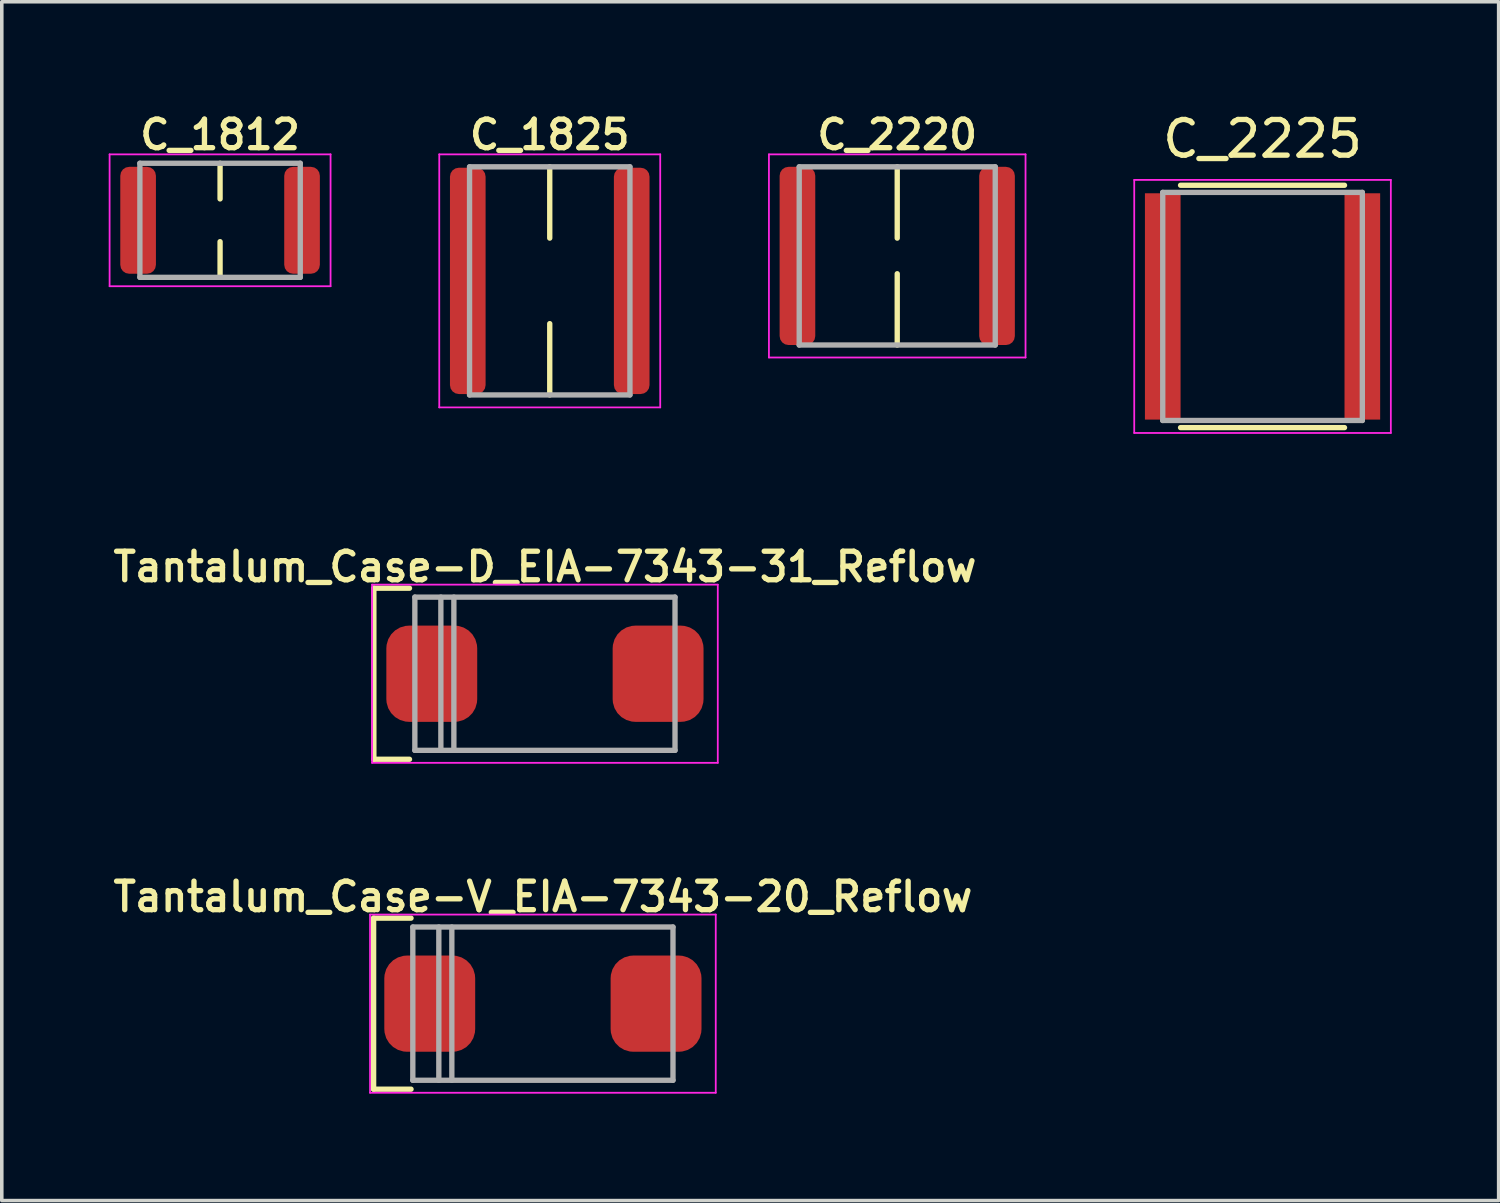
<source format=kicad_pcb>
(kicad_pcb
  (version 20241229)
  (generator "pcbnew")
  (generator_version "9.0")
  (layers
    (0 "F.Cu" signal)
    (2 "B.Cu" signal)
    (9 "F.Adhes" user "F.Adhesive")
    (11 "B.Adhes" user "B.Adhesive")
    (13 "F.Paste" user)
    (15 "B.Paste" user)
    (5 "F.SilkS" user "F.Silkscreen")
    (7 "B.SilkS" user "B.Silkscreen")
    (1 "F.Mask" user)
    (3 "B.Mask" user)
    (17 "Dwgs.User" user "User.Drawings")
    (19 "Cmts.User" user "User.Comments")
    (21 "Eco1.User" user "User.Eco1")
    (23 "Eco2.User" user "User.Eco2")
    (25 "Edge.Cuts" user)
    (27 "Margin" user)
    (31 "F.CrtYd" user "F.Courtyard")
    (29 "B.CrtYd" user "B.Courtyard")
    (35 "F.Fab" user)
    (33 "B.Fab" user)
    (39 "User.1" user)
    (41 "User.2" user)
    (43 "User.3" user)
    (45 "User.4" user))
  (footprint "C_1825"
    (layer "F.Cu")
    (at 12.375 4.831)
    (property "Reference" "C_1825" (at 0 -4.1 0) (layer "F.SilkS") (effects (font (size 0.8 0.8) (thickness 0.15))))
    (attr smd)
    (fp_line (start 0 -3.2) (end 0 -1.2) (stroke (width 0.15) (type default)) (layer "F.SilkS"))
    (fp_line (start 0 3.2) (end 0 1.2) (stroke (width 0.15) (type default)) (layer "F.SilkS"))
    (fp_line (start -3.1 -3.55) (end -3.1 3.55) (stroke (width 0.05) (type solid)) (layer "F.CrtYd"))
    (fp_line (start -3.1 -3.55) (end 3.1 -3.55) (stroke (width 0.05) (type solid)) (layer "F.CrtYd"))
    (fp_line (start -3.1 3.55) (end 3.1 3.55) (stroke (width 0.05) (type solid)) (layer "F.CrtYd"))
    (fp_line (start 3.1 -3.55) (end 3.1 3.55) (stroke (width 0.05) (type solid)) (layer "F.CrtYd"))
    (fp_line (start -2.25 -3.2) (end 2.25 -3.2) (stroke (width 0.15) (type solid)) (layer "F.Fab"))
    (fp_line (start -2.25 3.2) (end -2.25 -3.2) (stroke (width 0.15) (type solid)) (layer "F.Fab"))
    (fp_line (start 2.25 -3.2) (end 2.25 3.2) (stroke (width 0.15) (type solid)) (layer "F.Fab"))
    (fp_line (start 2.25 3.2) (end -2.25 3.2) (stroke (width 0.15) (type solid)) (layer "F.Fab"))
    (pad "1" smd roundrect (at -2.3 0) (size 1 6.35) (layers "F.Cu" "F.Mask" "F.Paste") (roundrect_rratio 0.25))
    (pad "2" smd roundrect (at 2.3 0) (size 1 6.35) (layers "F.Cu" "F.Mask" "F.Paste") (roundrect_rratio 0.25)))
  (footprint "C_1812"
    (layer "F.Cu")
    (at 3.125 3.131)
    (property "Reference" "C_1812" (at 0 -2.4 0) (layer "F.SilkS") (effects (font (size 0.8 0.8) (thickness 0.15))))
    (attr smd)
    (fp_line (start 0 -1.6) (end 0 -0.6) (stroke (width 0.15) (type default)) (layer "F.SilkS"))
    (fp_line (start 0 1.6) (end 0 0.6) (stroke (width 0.15) (type default)) (layer "F.SilkS"))
    (fp_line (start -3.1 -1.85) (end -3.1 1.85) (stroke (width 0.05) (type solid)) (layer "F.CrtYd"))
    (fp_line (start -3.1 -1.85) (end 3.1 -1.85) (stroke (width 0.05) (type solid)) (layer "F.CrtYd"))
    (fp_line (start -3.1 1.85) (end 3.1 1.85) (stroke (width 0.05) (type solid)) (layer "F.CrtYd"))
    (fp_line (start 3.1 -1.85) (end 3.1 1.85) (stroke (width 0.05) (type solid)) (layer "F.CrtYd"))
    (fp_line (start -2.25 -1.6) (end 2.25 -1.6) (stroke (width 0.15) (type solid)) (layer "F.Fab"))
    (fp_line (start -2.25 1.6) (end -2.25 -1.6) (stroke (width 0.15) (type solid)) (layer "F.Fab"))
    (fp_line (start 2.25 -1.6) (end 2.25 1.6) (stroke (width 0.15) (type solid)) (layer "F.Fab"))
    (fp_line (start 2.25 1.6) (end -2.25 1.6) (stroke (width 0.15) (type solid)) (layer "F.Fab"))
    (pad "1" smd roundrect (at -2.3 0) (size 1 3) (layers "F.Cu" "F.Mask" "F.Paste") (roundrect_rratio 0.25))
    (pad "2" smd roundrect (at 2.3 0) (size 1 3) (layers "F.Cu" "F.Mask" "F.Paste") (roundrect_rratio 0.25)))
  (footprint "C_2220"
    (layer "F.Cu")
    (at 22.125 4.131)
    (property "Reference" "C_2220" (at 0 -3.4 0) (layer "F.SilkS") (effects (font (size 0.8 0.8) (thickness 0.15))))
    (attr smd)
    (fp_line (start 0 -2.5) (end 0 -0.5) (stroke (width 0.15) (type default)) (layer "F.SilkS"))
    (fp_line (start 0 2.5) (end 0 0.5) (stroke (width 0.15) (type default)) (layer "F.SilkS"))
    (fp_line (start -3.6 -2.85) (end -3.6 2.85) (stroke (width 0.05) (type solid)) (layer "F.CrtYd"))
    (fp_line (start -3.6 -2.85) (end 3.6 -2.85) (stroke (width 0.05) (type solid)) (layer "F.CrtYd"))
    (fp_line (start -3.6 2.85) (end 3.6 2.85) (stroke (width 0.05) (type solid)) (layer "F.CrtYd"))
    (fp_line (start 3.6 -2.85) (end 3.6 2.85) (stroke (width 0.05) (type solid)) (layer "F.CrtYd"))
    (fp_line (start -2.75 -2.5) (end 2.75 -2.5) (stroke (width 0.15) (type solid)) (layer "F.Fab"))
    (fp_line (start -2.75 2.5) (end -2.75 -2.5) (stroke (width 0.15) (type solid)) (layer "F.Fab"))
    (fp_line (start 2.75 -2.5) (end 2.75 2.5) (stroke (width 0.15) (type solid)) (layer "F.Fab"))
    (fp_line (start 2.75 2.5) (end -2.75 2.5) (stroke (width 0.15) (type solid)) (layer "F.Fab"))
    (pad "1" smd roundrect (at -2.8 0) (size 1 5) (layers "F.Cu" "F.Mask" "F.Paste") (roundrect_rratio 0.25))
    (pad "2" smd roundrect (at 2.8 0) (size 1 5) (layers "F.Cu" "F.Mask" "F.Paste") (roundrect_rratio 0.25)))
  (footprint "Tantalum_Case-D_EIA-7343-31_Reflow"
    (layer "F.Cu")
    (at 12.24 15.854)
    (property "Reference" "Tantalum_Case-D_EIA-7343-31_Reflow" (at 0 -3 0) (layer "F.SilkS") (effects (font (size 0.8 0.8) (thickness 0.15))))
    (attr smd)
    (fp_line (start -4.8 -2.4) (end -4.8 2.4) (stroke (width 0.15) (type solid)) (layer "F.SilkS"))
    (fp_line (start -4.8 -2.4) (end -3.8 -2.4) (stroke (width 0.15) (type default)) (layer "F.SilkS"))
    (fp_line (start -4.8 2.4) (end -3.8 2.4) (stroke (width 0.15) (type default)) (layer "F.SilkS"))
    (fp_line (start -4.85 -2.5) (end -4.85 2.5) (stroke (width 0.05) (type solid)) (layer "F.CrtYd"))
    (fp_line (start -4.85 2.5) (end 4.85 2.5) (stroke (width 0.05) (type solid)) (layer "F.CrtYd"))
    (fp_line (start 4.85 -2.5) (end -4.85 -2.5) (stroke (width 0.05) (type solid)) (layer "F.CrtYd"))
    (fp_line (start 4.85 2.5) (end 4.85 -2.5) (stroke (width 0.05) (type solid)) (layer "F.CrtYd"))
    (fp_line (start -3.65 -2.15) (end -3.65 2.15) (stroke (width 0.15) (type solid)) (layer "F.Fab"))
    (fp_line (start -3.65 2.15) (end 3.65 2.15) (stroke (width 0.15) (type solid)) (layer "F.Fab"))
    (fp_line (start -2.92 -2.15) (end -2.92 2.15) (stroke (width 0.15) (type solid)) (layer "F.Fab"))
    (fp_line (start -2.555 -2.15) (end -2.555 2.15) (stroke (width 0.15) (type solid)) (layer "F.Fab"))
    (fp_line (start 3.65 -2.15) (end -3.65 -2.15) (stroke (width 0.15) (type solid)) (layer "F.Fab"))
    (fp_line (start 3.65 2.15) (end 3.65 -2.15) (stroke (width 0.15) (type solid)) (layer "F.Fab"))
    (pad "1" smd roundrect (at -3.175 0) (size 2.55 2.7) (layers "F.Cu" "F.Mask" "F.Paste") (roundrect_rratio 0.25))
    (pad "2" smd roundrect (at 3.175 0) (size 2.55 2.7) (layers "F.Cu" "F.Mask" "F.Paste") (roundrect_rratio 0.25)))
  (footprint "C_2225"
    (layer "F.Cu")
    (at 32.375 5.548)
    (property "Reference" "C_2225" (at 0 -4.7 0) (layer "F.SilkS") (effects (font (size 1 1) (thickness 0.15))))
    (attr smd)
    (fp_line (start -2.3 3.4) (end 2.3 3.4) (stroke (width 0.15) (type solid)) (layer "F.SilkS"))
    (fp_line (start 2.3 -3.4) (end -2.3 -3.4) (stroke (width 0.15) (type solid)) (layer "F.SilkS"))
    (fp_line (start -3.6 -3.55) (end -3.6 3.55) (stroke (width 0.05) (type solid)) (layer "F.CrtYd"))
    (fp_line (start -3.6 -3.55) (end 3.6 -3.55) (stroke (width 0.05) (type solid)) (layer "F.CrtYd"))
    (fp_line (start -3.6 3.55) (end 3.6 3.55) (stroke (width 0.05) (type solid)) (layer "F.CrtYd"))
    (fp_line (start 3.6 -3.55) (end 3.6 3.55) (stroke (width 0.05) (type solid)) (layer "F.CrtYd"))
    (fp_line (start -2.8 -3.2) (end 2.8 -3.2) (stroke (width 0.15) (type solid)) (layer "F.Fab"))
    (fp_line (start -2.8 3.2) (end -2.8 -3.2) (stroke (width 0.15) (type solid)) (layer "F.Fab"))
    (fp_line (start 2.8 -3.2) (end 2.8 3.2) (stroke (width 0.15) (type solid)) (layer "F.Fab"))
    (fp_line (start 2.8 3.2) (end -2.8 3.2) (stroke (width 0.15) (type solid)) (layer "F.Fab"))
    (pad "1" smd rect (at -2.8 0) (size 1 6.35) (layers "F.Cu" "F.Mask" "F.Paste"))
    (pad "2" smd rect (at 2.8 0) (size 1 6.35) (layers "F.Cu" "F.Mask" "F.Paste")))
  (footprint "Tantalum_Case-V_EIA-7343-20_Reflow"
    (layer "F.Cu")
    (at 12.183 25.111)
    (property "Reference" "Tantalum_Case-V_EIA-7343-20_Reflow" (at 0 -3 0) (layer "F.SilkS") (effects (font (size 0.8 0.8) (thickness 0.15))))
    (attr smd)
    (fp_line (start -4.75 -2.4) (end -4.75 2.4) (stroke (width 0.15) (type solid)) (layer "F.SilkS"))
    (fp_line (start -4.75 -2.4) (end -3.7 -2.4) (stroke (width 0.15) (type default)) (layer "F.SilkS"))
    (fp_line (start -4.75 2.4) (end -3.7 2.4) (stroke (width 0.15) (type default)) (layer "F.SilkS"))
    (fp_line (start -4.85 -2.5) (end -4.85 2.5) (stroke (width 0.05) (type solid)) (layer "F.CrtYd"))
    (fp_line (start -4.85 2.5) (end 4.85 2.5) (stroke (width 0.05) (type solid)) (layer "F.CrtYd"))
    (fp_line (start 4.85 -2.5) (end -4.85 -2.5) (stroke (width 0.05) (type solid)) (layer "F.CrtYd"))
    (fp_line (start 4.85 2.5) (end 4.85 -2.5) (stroke (width 0.05) (type solid)) (layer "F.CrtYd"))
    (fp_line (start -3.65 -2.15) (end -3.65 2.15) (stroke (width 0.15) (type solid)) (layer "F.Fab"))
    (fp_line (start -3.65 2.15) (end 3.65 2.15) (stroke (width 0.15) (type solid)) (layer "F.Fab"))
    (fp_line (start -2.92 -2.15) (end -2.92 2.15) (stroke (width 0.15) (type solid)) (layer "F.Fab"))
    (fp_line (start -2.555 -2.15) (end -2.555 2.15) (stroke (width 0.15) (type solid)) (layer "F.Fab"))
    (fp_line (start 3.65 -2.15) (end -3.65 -2.15) (stroke (width 0.15) (type solid)) (layer "F.Fab"))
    (fp_line (start 3.65 2.15) (end 3.65 -2.15) (stroke (width 0.15) (type solid)) (layer "F.Fab"))
    (pad "1" smd roundrect (at -3.175 0) (size 2.55 2.7) (layers "F.Cu" "F.Mask" "F.Paste") (roundrect_rratio 0.25))
    (pad "2" smd roundrect (at 3.175 0) (size 2.55 2.7) (layers "F.Cu" "F.Mask" "F.Paste") (roundrect_rratio 0.25)))
  (gr_rect
    (start -3 -3)
    (end 39 30.636)
    (stroke (width 0.1) (type default))
    (fill no)
    (layer "Edge.Cuts")))
</source>
